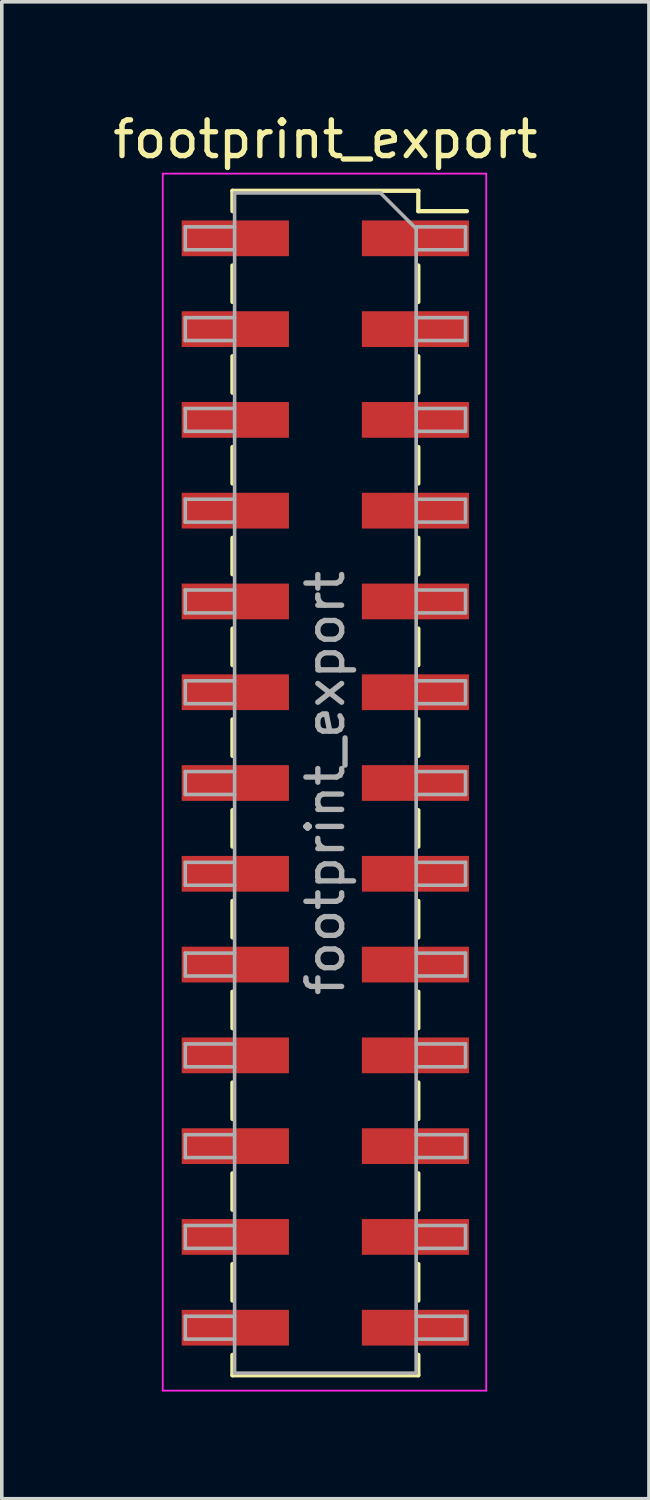
<source format=kicad_pcb>
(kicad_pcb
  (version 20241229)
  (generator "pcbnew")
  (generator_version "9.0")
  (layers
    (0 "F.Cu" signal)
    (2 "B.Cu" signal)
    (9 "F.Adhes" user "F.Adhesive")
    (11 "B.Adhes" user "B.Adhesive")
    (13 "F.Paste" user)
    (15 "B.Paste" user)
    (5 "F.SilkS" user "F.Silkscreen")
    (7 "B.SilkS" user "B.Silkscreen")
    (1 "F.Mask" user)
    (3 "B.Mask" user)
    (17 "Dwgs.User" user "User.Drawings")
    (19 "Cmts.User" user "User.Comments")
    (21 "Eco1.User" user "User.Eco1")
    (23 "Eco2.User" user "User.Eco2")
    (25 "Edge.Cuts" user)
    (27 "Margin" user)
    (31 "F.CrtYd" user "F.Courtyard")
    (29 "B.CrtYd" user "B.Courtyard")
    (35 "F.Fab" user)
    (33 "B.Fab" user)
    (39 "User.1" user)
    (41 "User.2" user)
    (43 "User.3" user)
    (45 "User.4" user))
  (footprint "footprint_export"
    (layer "F.Cu")
    (at 6.054 18.858)
    (property "Reference" "footprint_export" (at 0 -18.01 0) (layer "F.SilkS") (effects (font (size 1 1) (thickness 0.15))))
    (attr smd)
    (fp_line (start -2.6 -16.57) (end -2.6 -16) (stroke (width 0.12) (type solid)) (layer "F.SilkS"))
    (fp_line (start -2.6 -16.57) (end 2.6 -16.57) (stroke (width 0.12) (type solid)) (layer "F.SilkS"))
    (fp_line (start -2.6 -14.48) (end -2.6 -13.46) (stroke (width 0.12) (type solid)) (layer "F.SilkS"))
    (fp_line (start -2.6 -11.94) (end -2.6 -10.92) (stroke (width 0.12) (type solid)) (layer "F.SilkS"))
    (fp_line (start -2.6 -9.4) (end -2.6 -8.38) (stroke (width 0.12) (type solid)) (layer "F.SilkS"))
    (fp_line (start -2.6 -6.86) (end -2.6 -5.84) (stroke (width 0.12) (type solid)) (layer "F.SilkS"))
    (fp_line (start -2.6 -4.32) (end -2.6 -3.3) (stroke (width 0.12) (type solid)) (layer "F.SilkS"))
    (fp_line (start -2.6 -1.78) (end -2.6 -0.76) (stroke (width 0.12) (type solid)) (layer "F.SilkS"))
    (fp_line (start -2.6 0.76) (end -2.6 1.78) (stroke (width 0.12) (type solid)) (layer "F.SilkS"))
    (fp_line (start -2.6 3.3) (end -2.6 4.32) (stroke (width 0.12) (type solid)) (layer "F.SilkS"))
    (fp_line (start -2.6 5.84) (end -2.6 6.86) (stroke (width 0.12) (type solid)) (layer "F.SilkS"))
    (fp_line (start -2.6 8.38) (end -2.6 9.4) (stroke (width 0.12) (type solid)) (layer "F.SilkS"))
    (fp_line (start -2.6 10.92) (end -2.6 11.94) (stroke (width 0.12) (type solid)) (layer "F.SilkS"))
    (fp_line (start -2.6 13.46) (end -2.6 14.48) (stroke (width 0.12) (type solid)) (layer "F.SilkS"))
    (fp_line (start -2.6 16) (end -2.6 16.57) (stroke (width 0.12) (type solid)) (layer "F.SilkS"))
    (fp_line (start -2.6 16.57) (end 2.6 16.57) (stroke (width 0.12) (type solid)) (layer "F.SilkS"))
    (fp_line (start 2.6 -16.57) (end 2.6 -16) (stroke (width 0.12) (type solid)) (layer "F.SilkS"))
    (fp_line (start 2.6 -16) (end 3.96 -16) (stroke (width 0.12) (type solid)) (layer "F.SilkS"))
    (fp_line (start 2.6 -14.48) (end 2.6 -13.46) (stroke (width 0.12) (type solid)) (layer "F.SilkS"))
    (fp_line (start 2.6 -11.94) (end 2.6 -10.92) (stroke (width 0.12) (type solid)) (layer "F.SilkS"))
    (fp_line (start 2.6 -9.4) (end 2.6 -8.38) (stroke (width 0.12) (type solid)) (layer "F.SilkS"))
    (fp_line (start 2.6 -6.86) (end 2.6 -5.84) (stroke (width 0.12) (type solid)) (layer "F.SilkS"))
    (fp_line (start 2.6 -4.32) (end 2.6 -3.3) (stroke (width 0.12) (type solid)) (layer "F.SilkS"))
    (fp_line (start 2.6 -1.78) (end 2.6 -0.76) (stroke (width 0.12) (type solid)) (layer "F.SilkS"))
    (fp_line (start 2.6 0.76) (end 2.6 1.78) (stroke (width 0.12) (type solid)) (layer "F.SilkS"))
    (fp_line (start 2.6 3.3) (end 2.6 4.32) (stroke (width 0.12) (type solid)) (layer "F.SilkS"))
    (fp_line (start 2.6 5.84) (end 2.6 6.86) (stroke (width 0.12) (type solid)) (layer "F.SilkS"))
    (fp_line (start 2.6 8.38) (end 2.6 9.4) (stroke (width 0.12) (type solid)) (layer "F.SilkS"))
    (fp_line (start 2.6 10.92) (end 2.6 11.94) (stroke (width 0.12) (type solid)) (layer "F.SilkS"))
    (fp_line (start 2.6 13.46) (end 2.6 14.48) (stroke (width 0.12) (type solid)) (layer "F.SilkS"))
    (fp_line (start 2.6 16) (end 2.6 16.57) (stroke (width 0.12) (type solid)) (layer "F.SilkS"))
    (fp_line (start -4.55 -17.05) (end 4.5 -17.05) (stroke (width 0.05) (type solid)) (layer "F.CrtYd"))
    (fp_line (start -4.55 17) (end -4.55 -17.05) (stroke (width 0.05) (type solid)) (layer "F.CrtYd"))
    (fp_line (start 4.5 -17.05) (end 4.5 17) (stroke (width 0.05) (type solid)) (layer "F.CrtYd"))
    (fp_line (start 4.5 17) (end -4.55 17) (stroke (width 0.05) (type solid)) (layer "F.CrtYd"))
    (fp_line (start -3.92 -15.56) (end -2.54 -15.56) (stroke (width 0.1) (type solid)) (layer "F.Fab"))
    (fp_line (start -3.92 -14.92) (end -3.92 -15.56) (stroke (width 0.1) (type solid)) (layer "F.Fab"))
    (fp_line (start -3.92 -13.02) (end -2.54 -13.02) (stroke (width 0.1) (type solid)) (layer "F.Fab"))
    (fp_line (start -3.92 -12.38) (end -3.92 -13.02) (stroke (width 0.1) (type solid)) (layer "F.Fab"))
    (fp_line (start -3.92 -10.48) (end -2.54 -10.48) (stroke (width 0.1) (type solid)) (layer "F.Fab"))
    (fp_line (start -3.92 -9.84) (end -3.92 -10.48) (stroke (width 0.1) (type solid)) (layer "F.Fab"))
    (fp_line (start -3.92 -7.94) (end -2.54 -7.94) (stroke (width 0.1) (type solid)) (layer "F.Fab"))
    (fp_line (start -3.92 -7.3) (end -3.92 -7.94) (stroke (width 0.1) (type solid)) (layer "F.Fab"))
    (fp_line (start -3.92 -5.4) (end -2.54 -5.4) (stroke (width 0.1) (type solid)) (layer "F.Fab"))
    (fp_line (start -3.92 -4.76) (end -3.92 -5.4) (stroke (width 0.1) (type solid)) (layer "F.Fab"))
    (fp_line (start -3.92 -2.86) (end -2.54 -2.86) (stroke (width 0.1) (type solid)) (layer "F.Fab"))
    (fp_line (start -3.92 -2.22) (end -3.92 -2.86) (stroke (width 0.1) (type solid)) (layer "F.Fab"))
    (fp_line (start -3.92 -0.32) (end -2.54 -0.32) (stroke (width 0.1) (type solid)) (layer "F.Fab"))
    (fp_line (start -3.92 0.32) (end -3.92 -0.32) (stroke (width 0.1) (type solid)) (layer "F.Fab"))
    (fp_line (start -3.92 2.22) (end -2.54 2.22) (stroke (width 0.1) (type solid)) (layer "F.Fab"))
    (fp_line (start -3.92 2.86) (end -3.92 2.22) (stroke (width 0.1) (type solid)) (layer "F.Fab"))
    (fp_line (start -3.92 4.76) (end -2.54 4.76) (stroke (width 0.1) (type solid)) (layer "F.Fab"))
    (fp_line (start -3.92 5.4) (end -3.92 4.76) (stroke (width 0.1) (type solid)) (layer "F.Fab"))
    (fp_line (start -3.92 7.3) (end -2.54 7.3) (stroke (width 0.1) (type solid)) (layer "F.Fab"))
    (fp_line (start -3.92 7.94) (end -3.92 7.3) (stroke (width 0.1) (type solid)) (layer "F.Fab"))
    (fp_line (start -3.92 9.84) (end -2.54 9.84) (stroke (width 0.1) (type solid)) (layer "F.Fab"))
    (fp_line (start -3.92 10.48) (end -3.92 9.84) (stroke (width 0.1) (type solid)) (layer "F.Fab"))
    (fp_line (start -3.92 12.38) (end -2.54 12.38) (stroke (width 0.1) (type solid)) (layer "F.Fab"))
    (fp_line (start -3.92 13.02) (end -3.92 12.38) (stroke (width 0.1) (type solid)) (layer "F.Fab"))
    (fp_line (start -3.92 14.92) (end -2.54 14.92) (stroke (width 0.1) (type solid)) (layer "F.Fab"))
    (fp_line (start -3.92 15.56) (end -3.92 14.92) (stroke (width 0.1) (type solid)) (layer "F.Fab"))
    (fp_line (start -2.54 -16.51) (end 1.54 -16.51) (stroke (width 0.1) (type solid)) (layer "F.Fab"))
    (fp_line (start -2.54 -14.92) (end -3.92 -14.92) (stroke (width 0.1) (type solid)) (layer "F.Fab"))
    (fp_line (start -2.54 -12.38) (end -3.92 -12.38) (stroke (width 0.1) (type solid)) (layer "F.Fab"))
    (fp_line (start -2.54 -9.84) (end -3.92 -9.84) (stroke (width 0.1) (type solid)) (layer "F.Fab"))
    (fp_line (start -2.54 -7.3) (end -3.92 -7.3) (stroke (width 0.1) (type solid)) (layer "F.Fab"))
    (fp_line (start -2.54 -4.76) (end -3.92 -4.76) (stroke (width 0.1) (type solid)) (layer "F.Fab"))
    (fp_line (start -2.54 -2.22) (end -3.92 -2.22) (stroke (width 0.1) (type solid)) (layer "F.Fab"))
    (fp_line (start -2.54 0.32) (end -3.92 0.32) (stroke (width 0.1) (type solid)) (layer "F.Fab"))
    (fp_line (start -2.54 2.86) (end -3.92 2.86) (stroke (width 0.1) (type solid)) (layer "F.Fab"))
    (fp_line (start -2.54 5.4) (end -3.92 5.4) (stroke (width 0.1) (type solid)) (layer "F.Fab"))
    (fp_line (start -2.54 7.94) (end -3.92 7.94) (stroke (width 0.1) (type solid)) (layer "F.Fab"))
    (fp_line (start -2.54 10.48) (end -3.92 10.48) (stroke (width 0.1) (type solid)) (layer "F.Fab"))
    (fp_line (start -2.54 13.02) (end -3.92 13.02) (stroke (width 0.1) (type solid)) (layer "F.Fab"))
    (fp_line (start -2.54 15.56) (end -3.92 15.56) (stroke (width 0.1) (type solid)) (layer "F.Fab"))
    (fp_line (start -2.54 16.51) (end -2.54 -16.51) (stroke (width 0.1) (type solid)) (layer "F.Fab"))
    (fp_line (start 1.54 -16.51) (end 2.54 -15.51) (stroke (width 0.1) (type solid)) (layer "F.Fab"))
    (fp_line (start 2.54 -15.56) (end 3.92 -15.56) (stroke (width 0.1) (type solid)) (layer "F.Fab"))
    (fp_line (start 2.54 -15.51) (end 2.54 16.51) (stroke (width 0.1) (type solid)) (layer "F.Fab"))
    (fp_line (start 2.54 -13.02) (end 3.92 -13.02) (stroke (width 0.1) (type solid)) (layer "F.Fab"))
    (fp_line (start 2.54 -10.48) (end 3.92 -10.48) (stroke (width 0.1) (type solid)) (layer "F.Fab"))
    (fp_line (start 2.54 -7.94) (end 3.92 -7.94) (stroke (width 0.1) (type solid)) (layer "F.Fab"))
    (fp_line (start 2.54 -5.4) (end 3.92 -5.4) (stroke (width 0.1) (type solid)) (layer "F.Fab"))
    (fp_line (start 2.54 -2.86) (end 3.92 -2.86) (stroke (width 0.1) (type solid)) (layer "F.Fab"))
    (fp_line (start 2.54 -0.32) (end 3.92 -0.32) (stroke (width 0.1) (type solid)) (layer "F.Fab"))
    (fp_line (start 2.54 2.22) (end 3.92 2.22) (stroke (width 0.1) (type solid)) (layer "F.Fab"))
    (fp_line (start 2.54 4.76) (end 3.92 4.76) (stroke (width 0.1) (type solid)) (layer "F.Fab"))
    (fp_line (start 2.54 7.3) (end 3.92 7.3) (stroke (width 0.1) (type solid)) (layer "F.Fab"))
    (fp_line (start 2.54 9.84) (end 3.92 9.84) (stroke (width 0.1) (type solid)) (layer "F.Fab"))
    (fp_line (start 2.54 12.38) (end 3.92 12.38) (stroke (width 0.1) (type solid)) (layer "F.Fab"))
    (fp_line (start 2.54 14.92) (end 3.92 14.92) (stroke (width 0.1) (type solid)) (layer "F.Fab"))
    (fp_line (start 2.54 16.51) (end -2.54 16.51) (stroke (width 0.1) (type solid)) (layer "F.Fab"))
    (fp_line (start 3.92 -15.56) (end 3.92 -14.92) (stroke (width 0.1) (type solid)) (layer "F.Fab"))
    (fp_line (start 3.92 -14.92) (end 2.54 -14.92) (stroke (width 0.1) (type solid)) (layer "F.Fab"))
    (fp_line (start 3.92 -13.02) (end 3.92 -12.38) (stroke (width 0.1) (type solid)) (layer "F.Fab"))
    (fp_line (start 3.92 -12.38) (end 2.54 -12.38) (stroke (width 0.1) (type solid)) (layer "F.Fab"))
    (fp_line (start 3.92 -10.48) (end 3.92 -9.84) (stroke (width 0.1) (type solid)) (layer "F.Fab"))
    (fp_line (start 3.92 -9.84) (end 2.54 -9.84) (stroke (width 0.1) (type solid)) (layer "F.Fab"))
    (fp_line (start 3.92 -7.94) (end 3.92 -7.3) (stroke (width 0.1) (type solid)) (layer "F.Fab"))
    (fp_line (start 3.92 -7.3) (end 2.54 -7.3) (stroke (width 0.1) (type solid)) (layer "F.Fab"))
    (fp_line (start 3.92 -5.4) (end 3.92 -4.76) (stroke (width 0.1) (type solid)) (layer "F.Fab"))
    (fp_line (start 3.92 -4.76) (end 2.54 -4.76) (stroke (width 0.1) (type solid)) (layer "F.Fab"))
    (fp_line (start 3.92 -2.86) (end 3.92 -2.22) (stroke (width 0.1) (type solid)) (layer "F.Fab"))
    (fp_line (start 3.92 -2.22) (end 2.54 -2.22) (stroke (width 0.1) (type solid)) (layer "F.Fab"))
    (fp_line (start 3.92 -0.32) (end 3.92 0.32) (stroke (width 0.1) (type solid)) (layer "F.Fab"))
    (fp_line (start 3.92 0.32) (end 2.54 0.32) (stroke (width 0.1) (type solid)) (layer "F.Fab"))
    (fp_line (start 3.92 2.22) (end 3.92 2.86) (stroke (width 0.1) (type solid)) (layer "F.Fab"))
    (fp_line (start 3.92 2.86) (end 2.54 2.86) (stroke (width 0.1) (type solid)) (layer "F.Fab"))
    (fp_line (start 3.92 4.76) (end 3.92 5.4) (stroke (width 0.1) (type solid)) (layer "F.Fab"))
    (fp_line (start 3.92 5.4) (end 2.54 5.4) (stroke (width 0.1) (type solid)) (layer "F.Fab"))
    (fp_line (start 3.92 7.3) (end 3.92 7.94) (stroke (width 0.1) (type solid)) (layer "F.Fab"))
    (fp_line (start 3.92 7.94) (end 2.54 7.94) (stroke (width 0.1) (type solid)) (layer "F.Fab"))
    (fp_line (start 3.92 9.84) (end 3.92 10.48) (stroke (width 0.1) (type solid)) (layer "F.Fab"))
    (fp_line (start 3.92 10.48) (end 2.54 10.48) (stroke (width 0.1) (type solid)) (layer "F.Fab"))
    (fp_line (start 3.92 12.38) (end 3.92 13.02) (stroke (width 0.1) (type solid)) (layer "F.Fab"))
    (fp_line (start 3.92 13.02) (end 2.54 13.02) (stroke (width 0.1) (type solid)) (layer "F.Fab"))
    (fp_line (start 3.92 14.92) (end 3.92 15.56) (stroke (width 0.1) (type solid)) (layer "F.Fab"))
    (fp_line (start 3.92 15.56) (end 2.54 15.56) (stroke (width 0.1) (type solid)) (layer "F.Fab"))
    (fp_text user "${REFERENCE}" (at 0 0 90) (layer "F.Fab") (effects (font (size 1 1) (thickness 0.15))))
    (pad "1" smd rect (at 2.52 -15.24) (size 3 1) (layers "F.Cu" "F.Mask" "F.Paste"))
    (pad "2" smd rect (at -2.52 -15.24) (size 3 1) (layers "F.Cu" "F.Mask" "F.Paste"))
    (pad "3" smd rect (at 2.52 -12.7) (size 3 1) (layers "F.Cu" "F.Mask" "F.Paste"))
    (pad "4" smd rect (at -2.52 -12.7) (size 3 1) (layers "F.Cu" "F.Mask" "F.Paste"))
    (pad "5" smd rect (at 2.52 -10.16) (size 3 1) (layers "F.Cu" "F.Mask" "F.Paste"))
    (pad "6" smd rect (at -2.52 -10.16) (size 3 1) (layers "F.Cu" "F.Mask" "F.Paste"))
    (pad "7" smd rect (at 2.52 -7.62) (size 3 1) (layers "F.Cu" "F.Mask" "F.Paste"))
    (pad "8" smd rect (at -2.52 -7.62) (size 3 1) (layers "F.Cu" "F.Mask" "F.Paste"))
    (pad "9" smd rect (at 2.52 -5.08) (size 3 1) (layers "F.Cu" "F.Mask" "F.Paste"))
    (pad "10" smd rect (at -2.52 -5.08) (size 3 1) (layers "F.Cu" "F.Mask" "F.Paste"))
    (pad "11" smd rect (at 2.52 -2.54) (size 3 1) (layers "F.Cu" "F.Mask" "F.Paste"))
    (pad "12" smd rect (at -2.52 -2.54) (size 3 1) (layers "F.Cu" "F.Mask" "F.Paste"))
    (pad "13" smd rect (at 2.52 0) (size 3 1) (layers "F.Cu" "F.Mask" "F.Paste"))
    (pad "14" smd rect (at -2.52 0) (size 3 1) (layers "F.Cu" "F.Mask" "F.Paste"))
    (pad "15" smd rect (at 2.52 2.54) (size 3 1) (layers "F.Cu" "F.Mask" "F.Paste"))
    (pad "16" smd rect (at -2.52 2.54) (size 3 1) (layers "F.Cu" "F.Mask" "F.Paste"))
    (pad "17" smd rect (at 2.52 5.08) (size 3 1) (layers "F.Cu" "F.Mask" "F.Paste"))
    (pad "18" smd rect (at -2.52 5.08) (size 3 1) (layers "F.Cu" "F.Mask" "F.Paste"))
    (pad "19" smd rect (at 2.52 7.62) (size 3 1) (layers "F.Cu" "F.Mask" "F.Paste"))
    (pad "20" smd rect (at -2.52 7.62) (size 3 1) (layers "F.Cu" "F.Mask" "F.Paste"))
    (pad "21" smd rect (at 2.52 10.16) (size 3 1) (layers "F.Cu" "F.Mask" "F.Paste"))
    (pad "22" smd rect (at -2.52 10.16) (size 3 1) (layers "F.Cu" "F.Mask" "F.Paste"))
    (pad "23" smd rect (at 2.52 12.7) (size 3 1) (layers "F.Cu" "F.Mask" "F.Paste"))
    (pad "24" smd rect (at -2.52 12.7) (size 3 1) (layers "F.Cu" "F.Mask" "F.Paste"))
    (pad "25" smd rect (at 2.52 15.24) (size 3 1) (layers "F.Cu" "F.Mask" "F.Paste"))
    (pad "26" smd rect (at -2.52 15.24) (size 3 1) (layers "F.Cu" "F.Mask" "F.Paste")))
  (gr_rect
    (start -3 -3)
    (end 15.107 38.883)
    (stroke (width 0.1) (type default))
    (fill no)
    (layer "Edge.Cuts")))
</source>
